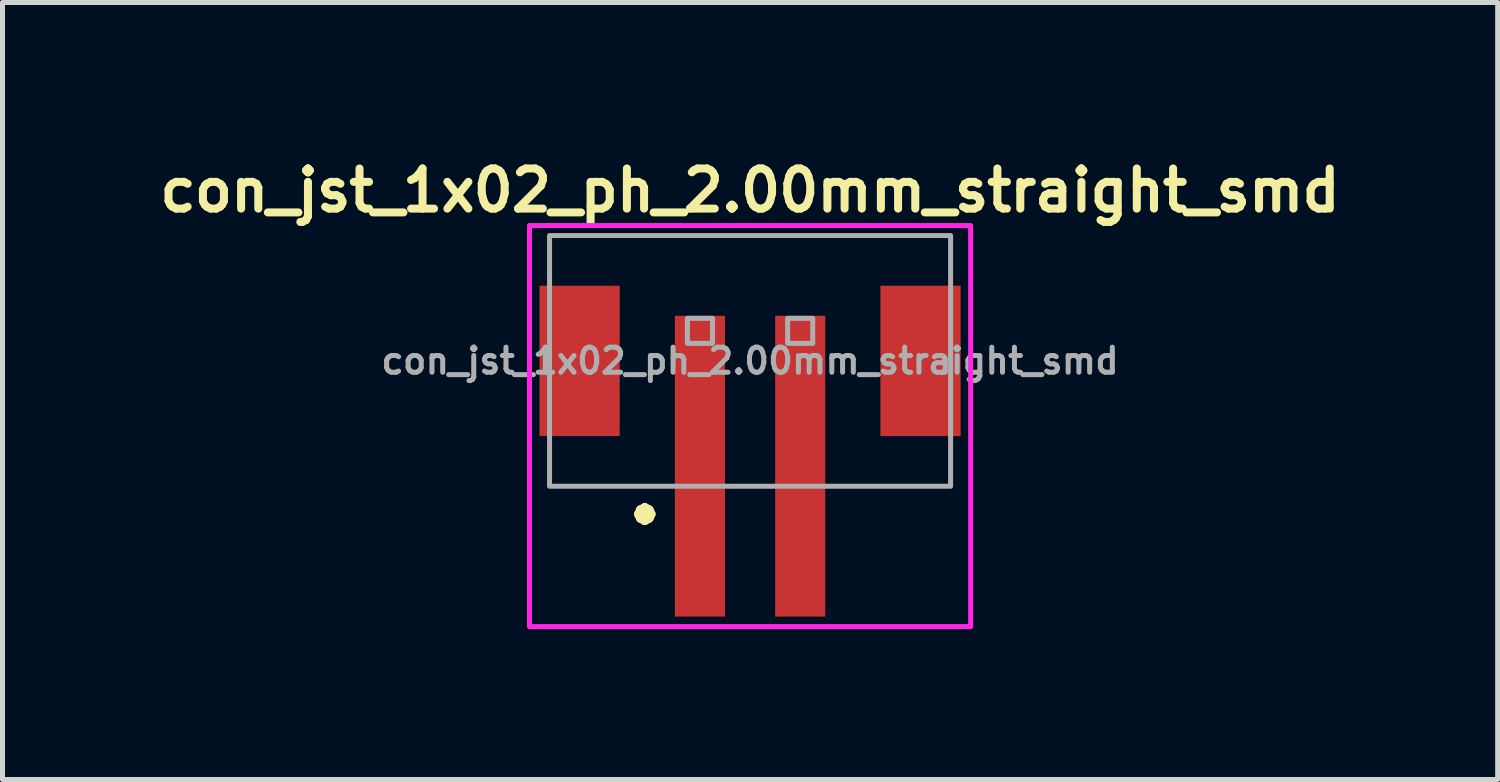
<source format=kicad_pcb>
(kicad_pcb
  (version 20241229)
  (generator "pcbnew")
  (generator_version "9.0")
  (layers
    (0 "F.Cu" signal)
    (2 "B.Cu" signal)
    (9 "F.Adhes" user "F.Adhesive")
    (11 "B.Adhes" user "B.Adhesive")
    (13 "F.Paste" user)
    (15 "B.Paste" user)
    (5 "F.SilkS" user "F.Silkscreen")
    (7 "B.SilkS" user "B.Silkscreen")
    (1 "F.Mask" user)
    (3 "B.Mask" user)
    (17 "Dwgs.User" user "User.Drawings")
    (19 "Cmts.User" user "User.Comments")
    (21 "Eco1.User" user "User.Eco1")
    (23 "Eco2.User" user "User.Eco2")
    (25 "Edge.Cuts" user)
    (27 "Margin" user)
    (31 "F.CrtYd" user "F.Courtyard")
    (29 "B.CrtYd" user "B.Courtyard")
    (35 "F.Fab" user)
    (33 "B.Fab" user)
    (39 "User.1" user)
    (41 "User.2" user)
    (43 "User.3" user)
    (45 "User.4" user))
  (footprint "con_jst_1x02_ph_2.00mm_straight_smd"
    (layer "F.Cu")
    (at 11.912 4.149)
    (property "Reference" "con_jst_1x02_ph_2.00mm_straight_smd" (at 0 -3.4 0) (layer "F.SilkS") (effects (font (size 0.8 0.8) (thickness 0.16))))
    (property "Pin_1_mark" "•" (at -2.1 3 0) (layer "F.SilkS") (effects (font (size 0.8 0.8) (thickness 0.2))))
    (attr smd)
    (fp_rect (start -4.4 -2.7) (end 4.4 5.3) (stroke (width 0.1) (type solid)) (fill no) (layer "F.CrtYd"))
    (fp_rect (start -4 -2.5) (end 4 2.5) (stroke (width 0.1) (type solid)) (fill no) (layer "F.Fab"))
    (fp_rect (start -1.25 -0.85) (end -0.75 -0.35) (stroke (width 0.1) (type default)) (fill no) (layer "F.Fab"))
    (fp_rect (start 0.75 -0.85) (end 1.25 -0.35) (stroke (width 0.1) (type default)) (fill no) (layer "F.Fab"))
    (fp_text user "${REFERENCE}" (at 0 0 0) (layer "F.Fab") (effects (font (size 0.5 0.5) (thickness 0.1) (bold yes))))
    (pad "" smd rect (at -3.4 0) (size 1.6 3) (layers "F.Cu" "F.Mask" "F.Paste"))
    (pad "" smd rect (at 3.4 0) (size 1.6 3) (layers "F.Cu" "F.Mask" "F.Paste"))
    (pad "1" smd rect (at -1 2.1) (size 1 6) (layers "F.Cu" "F.Mask" "F.Paste"))
    (pad "2" smd rect (at 1 2.1) (size 1 6) (layers "F.Cu" "F.Mask" "F.Paste")))
  (gr_rect
    (start -3 -3)
    (end 26.825 12.499)
    (stroke (width 0.1) (type default))
    (fill no)
    (layer "Edge.Cuts")))
</source>
